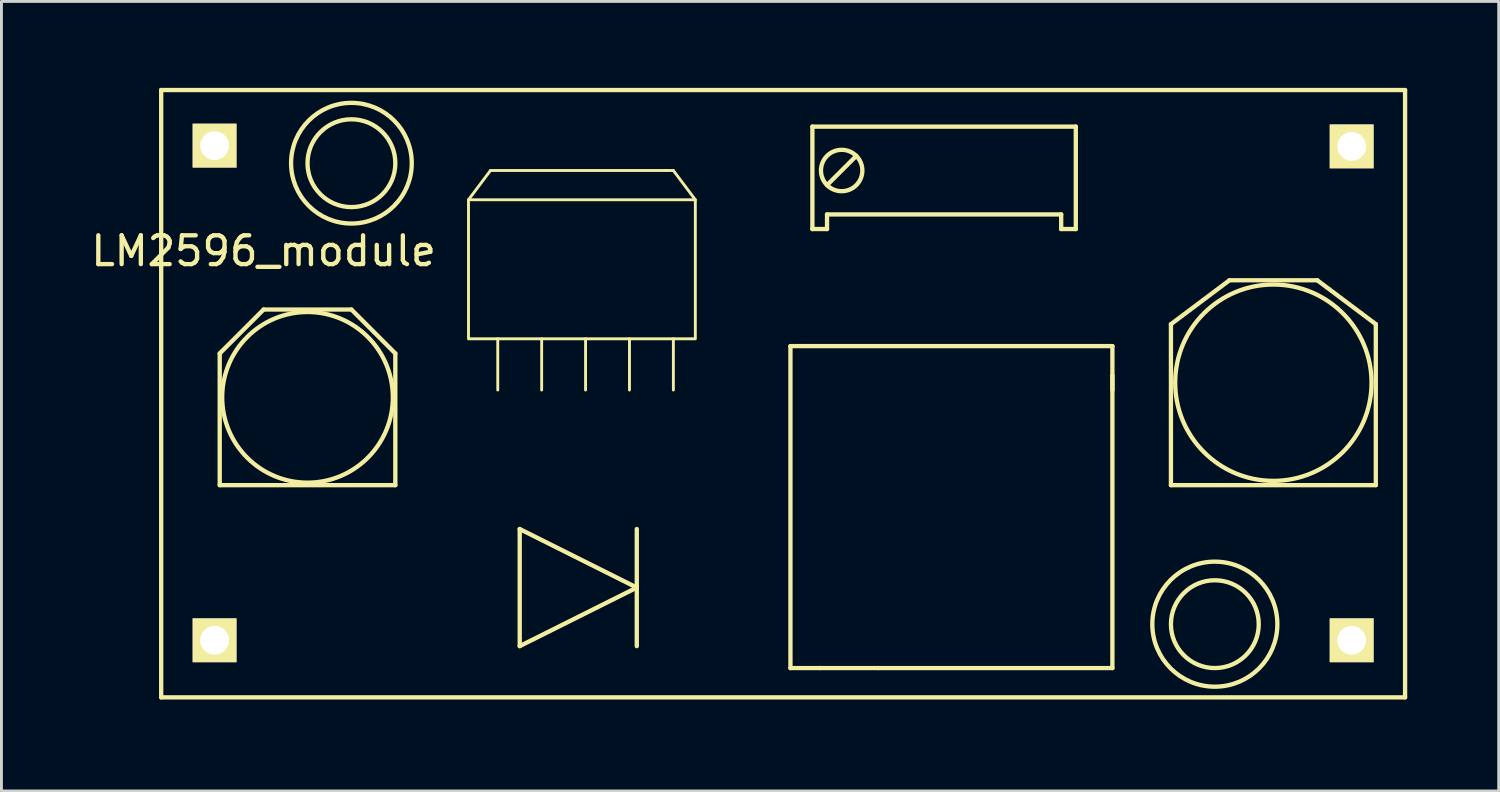
<source format=kicad_pcb>
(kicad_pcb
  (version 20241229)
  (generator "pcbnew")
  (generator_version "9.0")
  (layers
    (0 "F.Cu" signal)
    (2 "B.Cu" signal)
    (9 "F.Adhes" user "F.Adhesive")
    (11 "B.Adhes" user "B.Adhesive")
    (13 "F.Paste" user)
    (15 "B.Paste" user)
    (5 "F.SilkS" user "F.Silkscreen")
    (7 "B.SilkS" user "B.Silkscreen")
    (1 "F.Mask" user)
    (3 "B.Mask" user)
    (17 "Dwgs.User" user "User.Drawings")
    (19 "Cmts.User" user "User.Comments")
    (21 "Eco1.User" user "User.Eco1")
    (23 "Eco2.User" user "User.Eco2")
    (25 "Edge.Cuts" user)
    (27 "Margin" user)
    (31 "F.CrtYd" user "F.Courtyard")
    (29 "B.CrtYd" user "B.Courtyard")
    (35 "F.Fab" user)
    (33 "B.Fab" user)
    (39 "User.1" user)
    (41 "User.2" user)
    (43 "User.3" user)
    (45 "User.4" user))
  (footprint "LM2596_module"
    (layer "F.Cu")
    (at 45.725 21.157)
    (property "Reference" "LM2596_module" (at -39.624 -15.494 0) (layer "F.SilkS") (effects (font (size 1 1) (thickness 0.15))))
    (attr through_hole)
    (fp_line (start -43.18 -21.082) (end 0 -21.082) (stroke (width 0.15) (type solid)) (layer "F.SilkS"))
    (fp_line (start -43.18 0) (end -43.18 -21.082) (stroke (width 0.15) (type solid)) (layer "F.SilkS"))
    (fp_line (start -41.148 -11.938) (end -41.148 -7.366) (stroke (width 0.15) (type solid)) (layer "F.SilkS"))
    (fp_line (start -41.148 -7.366) (end -35.052 -7.366) (stroke (width 0.15) (type solid)) (layer "F.SilkS"))
    (fp_line (start -39.624 -13.462) (end -41.148 -11.938) (stroke (width 0.15) (type solid)) (layer "F.SilkS"))
    (fp_line (start -36.576 -13.462) (end -39.624 -13.462) (stroke (width 0.15) (type solid)) (layer "F.SilkS"))
    (fp_line (start -35.052 -11.938) (end -36.576 -13.462) (stroke (width 0.15) (type solid)) (layer "F.SilkS"))
    (fp_line (start -35.052 -7.366) (end -35.052 -11.938) (stroke (width 0.15) (type solid)) (layer "F.SilkS"))
    (fp_line (start -31.75 -18.288) (end -32.512 -17.272) (stroke (width 0.1) (type default)) (layer "F.SilkS"))
    (fp_line (start -31.75 -18.288) (end -25.654 -18.288) (stroke (width 0.1) (type default)) (layer "F.SilkS"))
    (fp_line (start -31.496 -12.446) (end -31.496 -10.668) (stroke (width 0.1) (type default)) (layer "F.SilkS"))
    (fp_line (start -30.734 -5.842) (end -30.734 -1.778) (stroke (width 0.15) (type solid)) (layer "F.SilkS"))
    (fp_line (start -30.734 -1.778) (end -26.67 -3.81) (stroke (width 0.15) (type solid)) (layer "F.SilkS"))
    (fp_line (start -29.972 -12.446) (end -29.972 -10.668) (stroke (width 0.1) (type default)) (layer "F.SilkS"))
    (fp_line (start -28.448 -12.446) (end -28.448 -10.668) (stroke (width 0.1) (type default)) (layer "F.SilkS"))
    (fp_line (start -26.924 -12.446) (end -26.924 -10.668) (stroke (width 0.1) (type default)) (layer "F.SilkS"))
    (fp_line (start -26.67 -5.842) (end -26.67 -1.778) (stroke (width 0.15) (type solid)) (layer "F.SilkS"))
    (fp_line (start -26.67 -3.81) (end -30.734 -5.842) (stroke (width 0.15) (type solid)) (layer "F.SilkS"))
    (fp_line (start -25.654 -18.288) (end -25.4 -18.288) (stroke (width 0.1) (type default)) (layer "F.SilkS"))
    (fp_line (start -25.4 -18.288) (end -24.638 -17.272) (stroke (width 0.1) (type default)) (layer "F.SilkS"))
    (fp_line (start -25.4 -12.446) (end -25.4 -10.668) (stroke (width 0.1) (type default)) (layer "F.SilkS"))
    (fp_line (start -21.336 -12.192) (end -10.16 -12.192) (stroke (width 0.15) (type solid)) (layer "F.SilkS"))
    (fp_line (start -21.336 -1.016) (end -21.336 -12.192) (stroke (width 0.15) (type solid)) (layer "F.SilkS"))
    (fp_line (start -20.574 -19.812) (end -20.574 -16.256) (stroke (width 0.15) (type solid)) (layer "F.SilkS"))
    (fp_line (start -20.574 -16.256) (end -20.066 -16.256) (stroke (width 0.15) (type solid)) (layer "F.SilkS"))
    (fp_line (start -20.32 -1.016) (end -21.336 -1.016) (stroke (width 0.15) (type solid)) (layer "F.SilkS"))
    (fp_line (start -20.066 -17.78) (end -19.05 -18.796) (stroke (width 0.15) (type solid)) (layer "F.SilkS"))
    (fp_line (start -20.066 -16.764) (end -11.938 -16.764) (stroke (width 0.15) (type solid)) (layer "F.SilkS"))
    (fp_line (start -20.066 -16.256) (end -20.066 -16.764) (stroke (width 0.15) (type solid)) (layer "F.SilkS"))
    (fp_line (start -18.288 -1.016) (end -20.32 -1.016) (stroke (width 0.15) (type solid)) (layer "F.SilkS"))
    (fp_line (start -11.938 -16.764) (end -11.938 -16.256) (stroke (width 0.15) (type solid)) (layer "F.SilkS"))
    (fp_line (start -11.938 -16.256) (end -11.43 -16.256) (stroke (width 0.15) (type solid)) (layer "F.SilkS"))
    (fp_line (start -11.43 -19.812) (end -20.574 -19.812) (stroke (width 0.15) (type solid)) (layer "F.SilkS"))
    (fp_line (start -11.43 -16.256) (end -11.43 -19.812) (stroke (width 0.15) (type solid)) (layer "F.SilkS"))
    (fp_line (start -10.16 -12.192) (end -10.16 -10.668) (stroke (width 0.15) (type solid)) (layer "F.SilkS"))
    (fp_line (start -10.16 -11.176) (end -10.16 -1.016) (stroke (width 0.15) (type solid)) (layer "F.SilkS"))
    (fp_line (start -10.16 -1.016) (end -18.288 -1.016) (stroke (width 0.15) (type solid)) (layer "F.SilkS"))
    (fp_line (start -8.128 -12.954) (end -6.096 -14.478) (stroke (width 0.15) (type solid)) (layer "F.SilkS"))
    (fp_line (start -8.128 -7.366) (end -8.128 -12.954) (stroke (width 0.15) (type solid)) (layer "F.SilkS"))
    (fp_line (start -6.096 -14.478) (end -3.048 -14.478) (stroke (width 0.15) (type solid)) (layer "F.SilkS"))
    (fp_line (start -3.048 -14.478) (end -1.016 -12.954) (stroke (width 0.15) (type solid)) (layer "F.SilkS"))
    (fp_line (start -1.016 -12.954) (end -1.016 -7.366) (stroke (width 0.15) (type solid)) (layer "F.SilkS"))
    (fp_line (start -1.016 -7.366) (end -8.128 -7.366) (stroke (width 0.15) (type solid)) (layer "F.SilkS"))
    (fp_line (start 0 0) (end -43.18 0) (stroke (width 0.15) (type solid)) (layer "F.SilkS"))
    (fp_line (start 0 0) (end 0 -21.082) (stroke (width 0.15) (type solid)) (layer "F.SilkS"))
    (fp_rect (start -32.512 -17.272) (end -24.638 -12.446) (stroke (width 0.1) (type default)) (fill no) (layer "F.SilkS"))
    (fp_circle (center -38.1 -10.414) (end -35.56 -11.938) (stroke (width 0.15) (type solid)) (fill no) (layer "F.SilkS"))
    (fp_circle (center -36.576 -18.542) (end -37.084 -20.574) (stroke (width 0.15) (type solid)) (fill no) (layer "F.SilkS"))
    (fp_circle (center -36.576 -18.542) (end -36.576 -20.066) (stroke (width 0.15) (type solid)) (fill no) (layer "F.SilkS"))
    (fp_circle (center -19.558 -18.288) (end -19.05 -18.796) (stroke (width 0.15) (type solid)) (fill no) (layer "F.SilkS"))
    (fp_circle (center -6.604 -2.54) (end -6.604 -1.016) (stroke (width 0.15) (type solid)) (fill no) (layer "F.SilkS"))
    (fp_circle (center -6.604 -2.54) (end -5.842 -0.508) (stroke (width 0.15) (type solid)) (fill no) (layer "F.SilkS"))
    (fp_circle (center -4.572 -10.922) (end -1.524 -12.446) (stroke (width 0.15) (type solid)) (fill no) (layer "F.SilkS"))
    (pad "1" thru_hole rect (at -41.326 -19.152) (size 1.524 1.524) (drill 1) (layers "*.Cu" "*.Mask" "F.SilkS"))
    (pad "2" thru_hole rect (at -41.326 -1.981) (size 1.524 1.524) (drill 1) (layers "*.Cu" "*.Mask" "F.SilkS"))
    (pad "3" thru_hole rect (at -1.854 -1.981) (size 1.524 1.524) (drill 1) (layers "*.Cu" "*.Mask" "F.SilkS"))
    (pad "4" thru_hole rect (at -1.854 -19.126) (size 1.524 1.524) (drill 1) (layers "*.Cu" "*.Mask" "F.SilkS")))
  (gr_rect
    (start -3 -3)
    (end 48.975 24.407)
    (stroke (width 0.1) (type default))
    (fill no)
    (layer "Edge.Cuts")))
</source>
